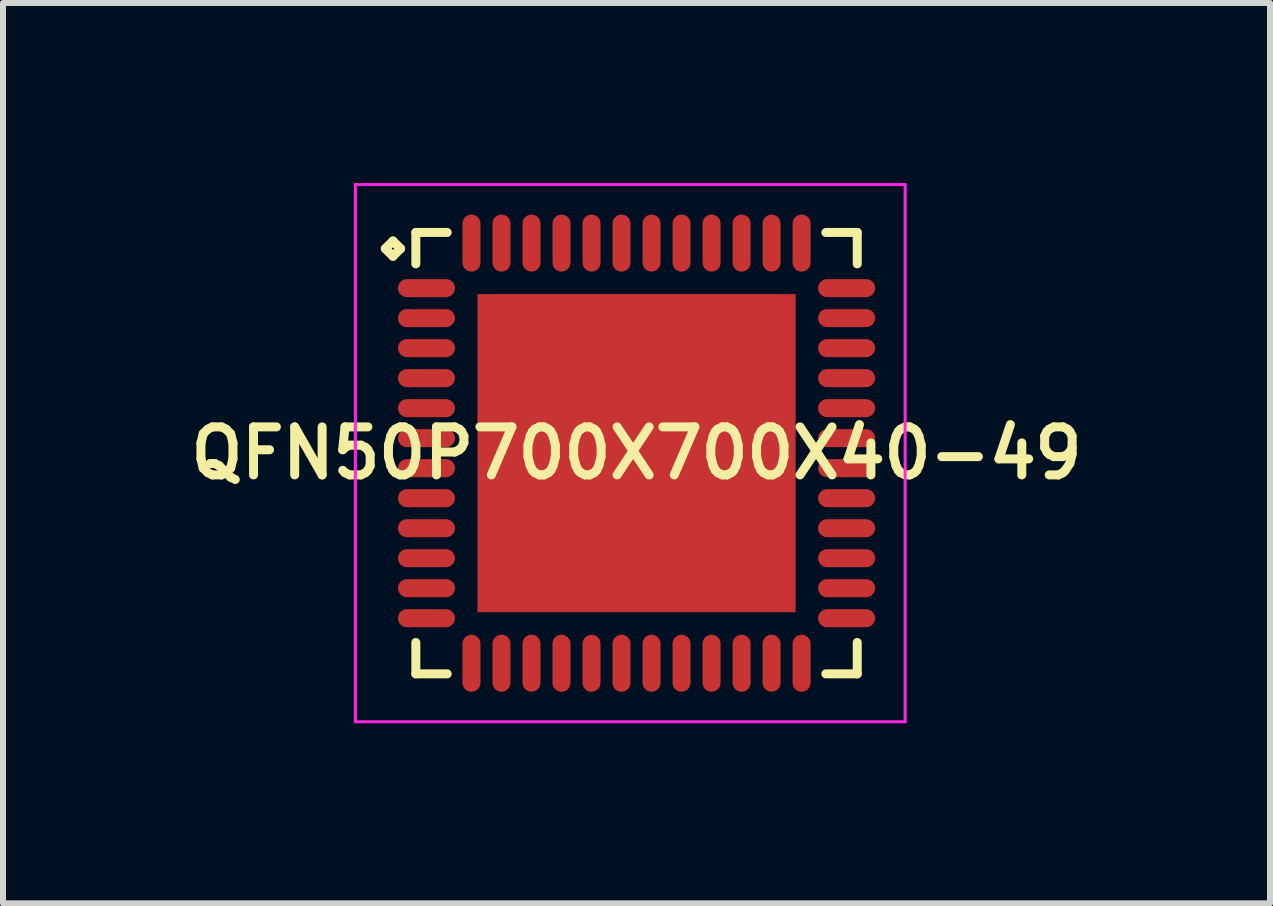
<source format=kicad_pcb>
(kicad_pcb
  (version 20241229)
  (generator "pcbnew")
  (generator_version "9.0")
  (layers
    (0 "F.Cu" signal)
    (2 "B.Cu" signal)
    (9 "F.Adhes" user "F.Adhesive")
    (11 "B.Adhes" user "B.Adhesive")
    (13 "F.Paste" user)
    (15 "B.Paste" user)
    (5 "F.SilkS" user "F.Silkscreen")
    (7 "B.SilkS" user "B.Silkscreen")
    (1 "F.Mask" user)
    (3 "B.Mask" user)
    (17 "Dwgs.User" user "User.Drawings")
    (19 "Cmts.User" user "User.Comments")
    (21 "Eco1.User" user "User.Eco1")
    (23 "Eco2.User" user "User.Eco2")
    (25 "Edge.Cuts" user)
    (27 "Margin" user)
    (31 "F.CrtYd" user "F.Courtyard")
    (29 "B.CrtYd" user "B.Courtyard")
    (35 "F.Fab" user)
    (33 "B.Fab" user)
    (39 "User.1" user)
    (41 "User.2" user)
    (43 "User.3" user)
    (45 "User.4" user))
  (footprint "QFN50P700X700X40-49"
    (layer "F.Cu")
    (at 7.555 4.5)
    (property "Reference" "QFN50P700X700X40-49" (at 0 0 0) (layer "F.SilkS") (effects (font (size 0.8 0.8) (thickness 0.15))))
    (attr smd)
    (fp_line (start -4.185 -3.408) (end -4.058 -3.535) (stroke (width 0.15) (type solid)) (layer "F.SilkS"))
    (fp_line (start -4.058 -3.535) (end -3.931 -3.408) (stroke (width 0.15) (type solid)) (layer "F.SilkS"))
    (fp_line (start -4.058 -3.281) (end -4.185 -3.408) (stroke (width 0.15) (type solid)) (layer "F.SilkS"))
    (fp_line (start -3.931 -3.408) (end -4.058 -3.281) (stroke (width 0.15) (type solid)) (layer "F.SilkS"))
    (fp_line (start -3.677 -3.677) (end -3.154 -3.677) (stroke (width 0.15) (type solid)) (layer "F.SilkS"))
    (fp_line (start -3.677 -3.154) (end -3.677 -3.677) (stroke (width 0.15) (type solid)) (layer "F.SilkS"))
    (fp_line (start -3.677 3.154) (end -3.677 3.677) (stroke (width 0.15) (type solid)) (layer "F.SilkS"))
    (fp_line (start -3.677 3.677) (end -3.154 3.677) (stroke (width 0.15) (type solid)) (layer "F.SilkS"))
    (fp_line (start 3.154 -3.677) (end 3.677 -3.677) (stroke (width 0.15) (type solid)) (layer "F.SilkS"))
    (fp_line (start 3.154 3.677) (end 3.677 3.677) (stroke (width 0.15) (type solid)) (layer "F.SilkS"))
    (fp_line (start 3.677 -3.677) (end 3.677 -3.154) (stroke (width 0.15) (type solid)) (layer "F.SilkS"))
    (fp_line (start 3.677 3.677) (end 3.677 3.154) (stroke (width 0.15) (type solid)) (layer "F.SilkS"))
    (fp_line (start -4.685 -4.475) (end 4.475 -4.475) (stroke (width 0.05) (type solid)) (layer "F.CrtYd"))
    (fp_line (start -4.685 4.475) (end -4.685 -4.475) (stroke (width 0.05) (type solid)) (layer "F.CrtYd"))
    (fp_line (start 4.475 -4.475) (end 4.475 4.475) (stroke (width 0.05) (type solid)) (layer "F.CrtYd"))
    (fp_line (start 4.475 4.475) (end -4.685 4.475) (stroke (width 0.05) (type solid)) (layer "F.CrtYd"))
    (pad "1" smd oval (at -3.5 -2.75) (size 0.95 0.3) (layers "F.Cu" "F.Mask" "F.Paste"))
    (pad "2" smd oval (at -3.5 -2.25) (size 0.95 0.3) (layers "F.Cu" "F.Mask" "F.Paste"))
    (pad "3" smd oval (at -3.5 -1.75) (size 0.95 0.3) (layers "F.Cu" "F.Mask" "F.Paste"))
    (pad "4" smd oval (at -3.5 -1.25) (size 0.95 0.3) (layers "F.Cu" "F.Mask" "F.Paste"))
    (pad "5" smd oval (at -3.5 -0.75) (size 0.95 0.3) (layers "F.Cu" "F.Mask" "F.Paste"))
    (pad "6" smd oval (at -3.5 -0.25) (size 0.95 0.3) (layers "F.Cu" "F.Mask" "F.Paste"))
    (pad "7" smd oval (at -3.5 0.25) (size 0.95 0.3) (layers "F.Cu" "F.Mask" "F.Paste"))
    (pad "8" smd oval (at -3.5 0.75) (size 0.95 0.3) (layers "F.Cu" "F.Mask" "F.Paste"))
    (pad "9" smd oval (at -3.5 1.25) (size 0.95 0.3) (layers "F.Cu" "F.Mask" "F.Paste"))
    (pad "10" smd oval (at -3.5 1.75) (size 0.95 0.3) (layers "F.Cu" "F.Mask" "F.Paste"))
    (pad "11" smd oval (at -3.5 2.25) (size 0.95 0.3) (layers "F.Cu" "F.Mask" "F.Paste"))
    (pad "12" smd oval (at -3.5 2.75) (size 0.95 0.3) (layers "F.Cu" "F.Mask" "F.Paste"))
    (pad "13" smd oval (at -2.75 3.5) (size 0.3 0.95) (layers "F.Cu" "F.Mask" "F.Paste"))
    (pad "14" smd oval (at -2.25 3.5) (size 0.3 0.95) (layers "F.Cu" "F.Mask" "F.Paste"))
    (pad "15" smd oval (at -1.75 3.5) (size 0.3 0.95) (layers "F.Cu" "F.Mask" "F.Paste"))
    (pad "16" smd oval (at -1.25 3.5) (size 0.3 0.95) (layers "F.Cu" "F.Mask" "F.Paste"))
    (pad "17" smd oval (at -0.75 3.5) (size 0.3 0.95) (layers "F.Cu" "F.Mask" "F.Paste"))
    (pad "18" smd oval (at -0.25 3.5) (size 0.3 0.95) (layers "F.Cu" "F.Mask" "F.Paste"))
    (pad "19" smd oval (at 0.25 3.5) (size 0.3 0.95) (layers "F.Cu" "F.Mask" "F.Paste"))
    (pad "20" smd oval (at 0.75 3.5) (size 0.3 0.95) (layers "F.Cu" "F.Mask" "F.Paste"))
    (pad "21" smd oval (at 1.25 3.5) (size 0.3 0.95) (layers "F.Cu" "F.Mask" "F.Paste"))
    (pad "22" smd oval (at 1.75 3.5) (size 0.3 0.95) (layers "F.Cu" "F.Mask" "F.Paste"))
    (pad "23" smd oval (at 2.25 3.5) (size 0.3 0.95) (layers "F.Cu" "F.Mask" "F.Paste"))
    (pad "24" smd oval (at 2.75 3.5) (size 0.3 0.95) (layers "F.Cu" "F.Mask" "F.Paste"))
    (pad "25" smd oval (at 3.5 2.75) (size 0.95 0.3) (layers "F.Cu" "F.Mask" "F.Paste"))
    (pad "26" smd oval (at 3.5 2.25) (size 0.95 0.3) (layers "F.Cu" "F.Mask" "F.Paste"))
    (pad "27" smd oval (at 3.5 1.75) (size 0.95 0.3) (layers "F.Cu" "F.Mask" "F.Paste"))
    (pad "28" smd oval (at 3.5 1.25) (size 0.95 0.3) (layers "F.Cu" "F.Mask" "F.Paste"))
    (pad "29" smd oval (at 3.5 0.75) (size 0.95 0.3) (layers "F.Cu" "F.Mask" "F.Paste"))
    (pad "30" smd oval (at 3.5 0.25) (size 0.95 0.3) (layers "F.Cu" "F.Mask" "F.Paste"))
    (pad "31" smd oval (at 3.5 -0.25) (size 0.95 0.3) (layers "F.Cu" "F.Mask" "F.Paste"))
    (pad "32" smd oval (at 3.5 -0.75) (size 0.95 0.3) (layers "F.Cu" "F.Mask" "F.Paste"))
    (pad "33" smd oval (at 3.5 -1.25) (size 0.95 0.3) (layers "F.Cu" "F.Mask" "F.Paste"))
    (pad "34" smd oval (at 3.5 -1.75) (size 0.95 0.3) (layers "F.Cu" "F.Mask" "F.Paste"))
    (pad "35" smd oval (at 3.5 -2.25) (size 0.95 0.3) (layers "F.Cu" "F.Mask" "F.Paste"))
    (pad "36" smd oval (at 3.5 -2.75) (size 0.95 0.3) (layers "F.Cu" "F.Mask" "F.Paste"))
    (pad "37" smd oval (at 2.75 -3.5) (size 0.3 0.95) (layers "F.Cu" "F.Mask" "F.Paste"))
    (pad "38" smd oval (at 2.25 -3.5) (size 0.3 0.95) (layers "F.Cu" "F.Mask" "F.Paste"))
    (pad "39" smd oval (at 1.75 -3.5) (size 0.3 0.95) (layers "F.Cu" "F.Mask" "F.Paste"))
    (pad "40" smd oval (at 1.25 -3.5) (size 0.3 0.95) (layers "F.Cu" "F.Mask" "F.Paste"))
    (pad "41" smd oval (at 0.75 -3.5) (size 0.3 0.95) (layers "F.Cu" "F.Mask" "F.Paste"))
    (pad "42" smd oval (at 0.25 -3.5) (size 0.3 0.95) (layers "F.Cu" "F.Mask" "F.Paste"))
    (pad "43" smd oval (at -0.25 -3.5) (size 0.3 0.95) (layers "F.Cu" "F.Mask" "F.Paste"))
    (pad "44" smd oval (at -0.75 -3.5) (size 0.3 0.95) (layers "F.Cu" "F.Mask" "F.Paste"))
    (pad "45" smd oval (at -1.25 -3.5) (size 0.3 0.95) (layers "F.Cu" "F.Mask" "F.Paste"))
    (pad "46" smd oval (at -1.75 -3.5) (size 0.3 0.95) (layers "F.Cu" "F.Mask" "F.Paste"))
    (pad "47" smd oval (at -2.25 -3.5) (size 0.3 0.95) (layers "F.Cu" "F.Mask" "F.Paste"))
    (pad "48" smd oval (at -2.75 -3.5) (size 0.3 0.95) (layers "F.Cu" "F.Mask" "F.Paste"))
    (pad "49" smd rect (at 0 0) (size 5.3 5.3) (layers "F.Cu" "F.Mask" "F.Paste")))
  (gr_rect
    (start -3 -3)
    (end 18.109 12)
    (stroke (width 0.1) (type default))
    (fill no)
    (layer "Edge.Cuts")))
</source>
